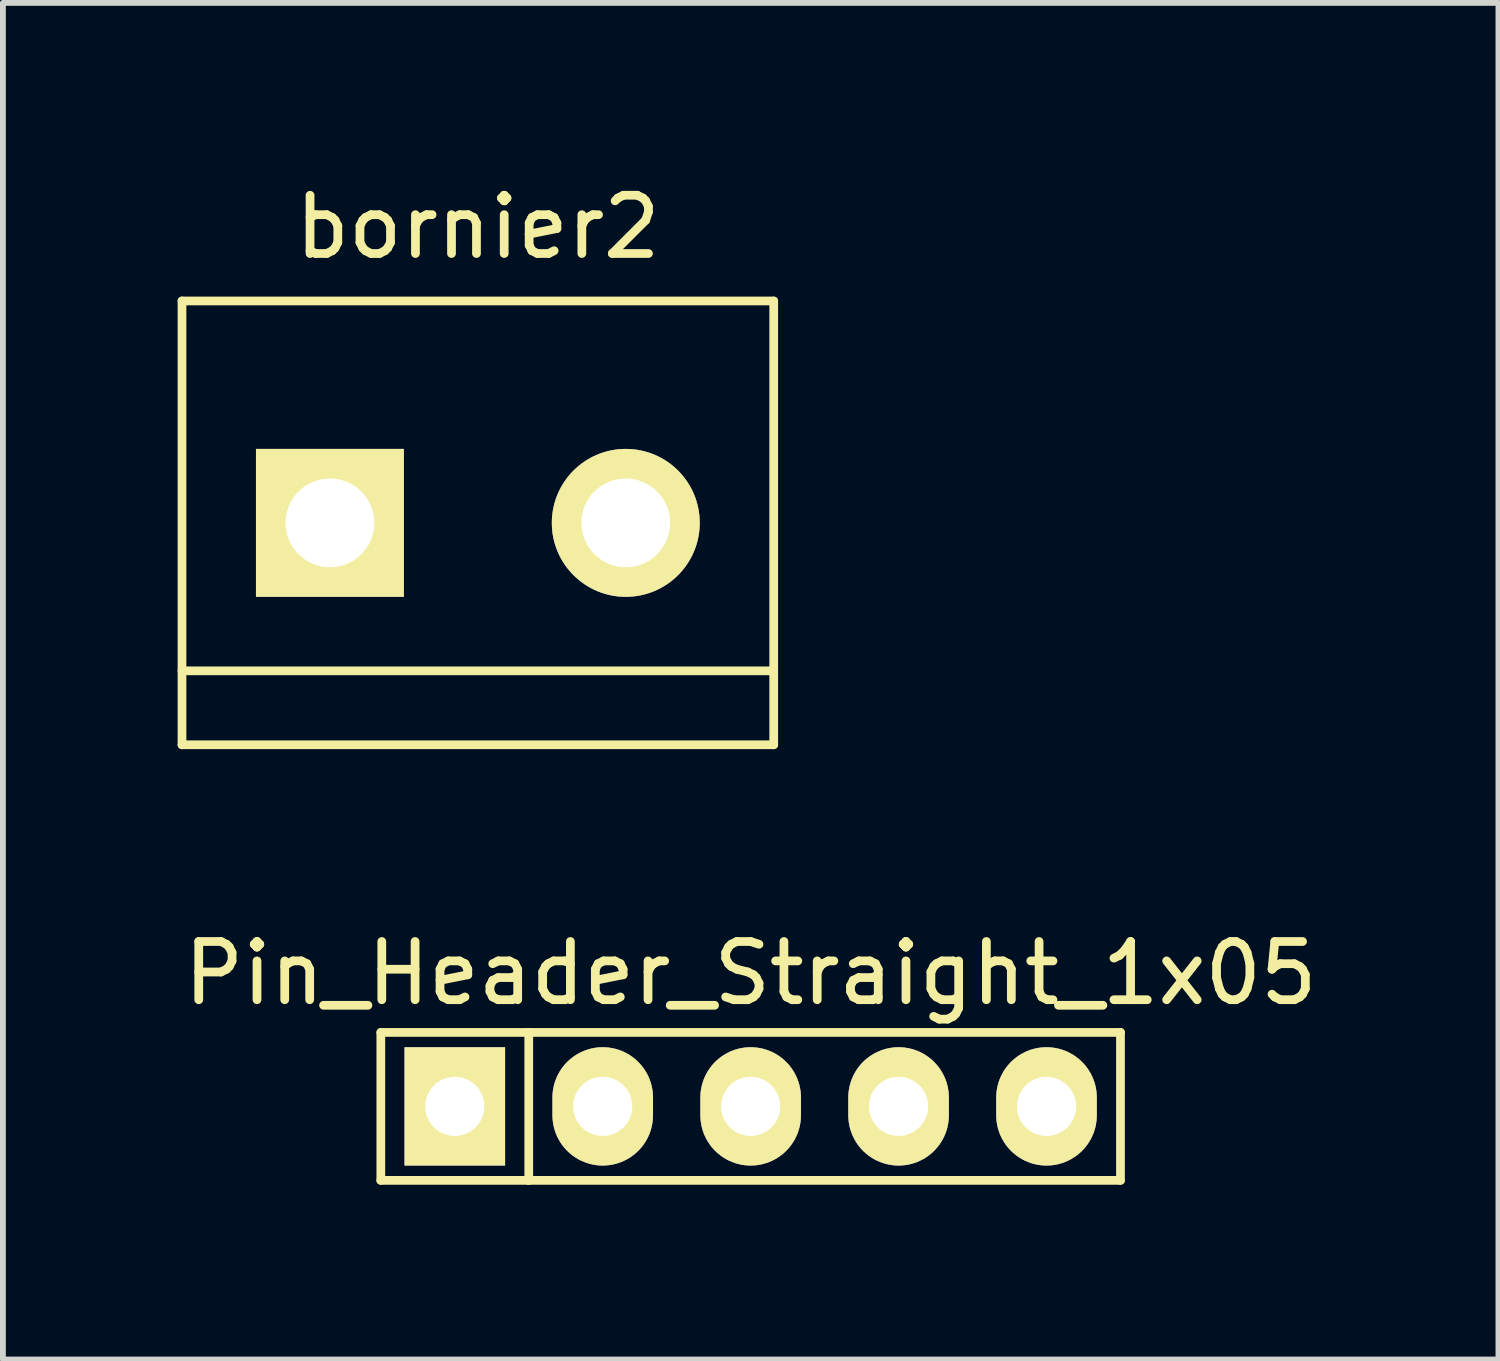
<source format=kicad_pcb>
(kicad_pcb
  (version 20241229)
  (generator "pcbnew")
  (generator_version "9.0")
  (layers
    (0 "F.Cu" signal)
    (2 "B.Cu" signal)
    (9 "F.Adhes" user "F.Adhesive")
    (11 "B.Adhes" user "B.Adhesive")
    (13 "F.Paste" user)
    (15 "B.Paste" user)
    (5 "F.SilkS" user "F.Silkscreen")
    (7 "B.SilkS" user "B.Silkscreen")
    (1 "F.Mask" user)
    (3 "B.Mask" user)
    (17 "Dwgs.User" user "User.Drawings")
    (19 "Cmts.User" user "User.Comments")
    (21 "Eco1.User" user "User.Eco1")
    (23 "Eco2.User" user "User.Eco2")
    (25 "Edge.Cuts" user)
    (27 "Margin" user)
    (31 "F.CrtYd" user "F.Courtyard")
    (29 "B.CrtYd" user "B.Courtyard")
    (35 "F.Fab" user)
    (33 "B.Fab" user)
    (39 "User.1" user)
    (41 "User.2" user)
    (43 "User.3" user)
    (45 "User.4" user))
  (footprint "Pin_Header_Straight_1x05"
    (layer "F.Cu")
    (at 9.839 15.947)
    (property "Reference" "Pin_Header_Straight_1x05" (at 0 -2.286 0) (layer "F.SilkS") (effects (font (size 1 1) (thickness 0.15))))
    (attr through_hole)
    (fp_line (start -6.35 -1.27) (end -6.35 1.27) (stroke (width 0.15) (type solid)) (layer "F.SilkS"))
    (fp_line (start -6.35 -1.27) (end -3.81 -1.27) (stroke (width 0.15) (type solid)) (layer "F.SilkS"))
    (fp_line (start -6.35 1.27) (end -3.81 1.27) (stroke (width 0.15) (type solid)) (layer "F.SilkS"))
    (fp_line (start -3.81 -1.27) (end -3.81 1.27) (stroke (width 0.15) (type solid)) (layer "F.SilkS"))
    (fp_line (start -3.81 -1.27) (end 6.35 -1.27) (stroke (width 0.15) (type solid)) (layer "F.SilkS"))
    (fp_line (start 6.35 -1.27) (end 6.35 1.27) (stroke (width 0.15) (type solid)) (layer "F.SilkS"))
    (fp_line (start 6.35 1.27) (end -3.81 1.27) (stroke (width 0.15) (type solid)) (layer "F.SilkS"))
    (pad "1" thru_hole rect (at -5.08 0) (size 1.727 2.032) (drill 1.016) (layers "*.Cu" "*.Mask" "F.SilkS"))
    (pad "2" thru_hole oval (at -2.54 0) (size 1.727 2.032) (drill 1.016) (layers "*.Cu" "*.Mask" "F.SilkS"))
    (pad "3" thru_hole oval (at 0 0) (size 1.727 2.032) (drill 1.016) (layers "*.Cu" "*.Mask" "F.SilkS"))
    (pad "4" thru_hole oval (at 2.54 0) (size 1.727 2.032) (drill 1.016) (layers "*.Cu" "*.Mask" "F.SilkS"))
    (pad "5" thru_hole oval (at 5.08 0) (size 1.727 2.032) (drill 1.016) (layers "*.Cu" "*.Mask" "F.SilkS")))
  (footprint "bornier2"
    (layer "F.Cu")
    (at 5.155 5.928)
    (property "Reference" "bornier2" (at 0 -5.08 0) (layer "F.SilkS") (effects (font (size 1 1) (thickness 0.15))))
    (attr through_hole)
    (fp_line (start -5.08 -3.81) (end -5.08 3.81) (stroke (width 0.15) (type solid)) (layer "F.SilkS"))
    (fp_line (start -5.08 3.81) (end 5.08 3.81) (stroke (width 0.15) (type solid)) (layer "F.SilkS"))
    (fp_line (start 5.08 -3.81) (end -5.08 -3.81) (stroke (width 0.15) (type solid)) (layer "F.SilkS"))
    (fp_line (start 5.08 2.54) (end -5.08 2.54) (stroke (width 0.15) (type solid)) (layer "F.SilkS"))
    (fp_line (start 5.08 3.81) (end 5.08 -3.81) (stroke (width 0.15) (type solid)) (layer "F.SilkS"))
    (pad "1" thru_hole rect (at -2.54 0) (size 2.54 2.54) (drill 1.524) (layers "*.Cu" "*.Mask" "F.SilkS"))
    (pad "2" thru_hole circle (at 2.54 0) (size 2.54 2.54) (drill 1.524) (layers "*.Cu" "*.Mask" "F.SilkS")))
  (gr_rect
    (start -3 -3)
    (end 22.679 20.293)
    (stroke (width 0.1) (type default))
    (fill no)
    (layer "Edge.Cuts")))
</source>
